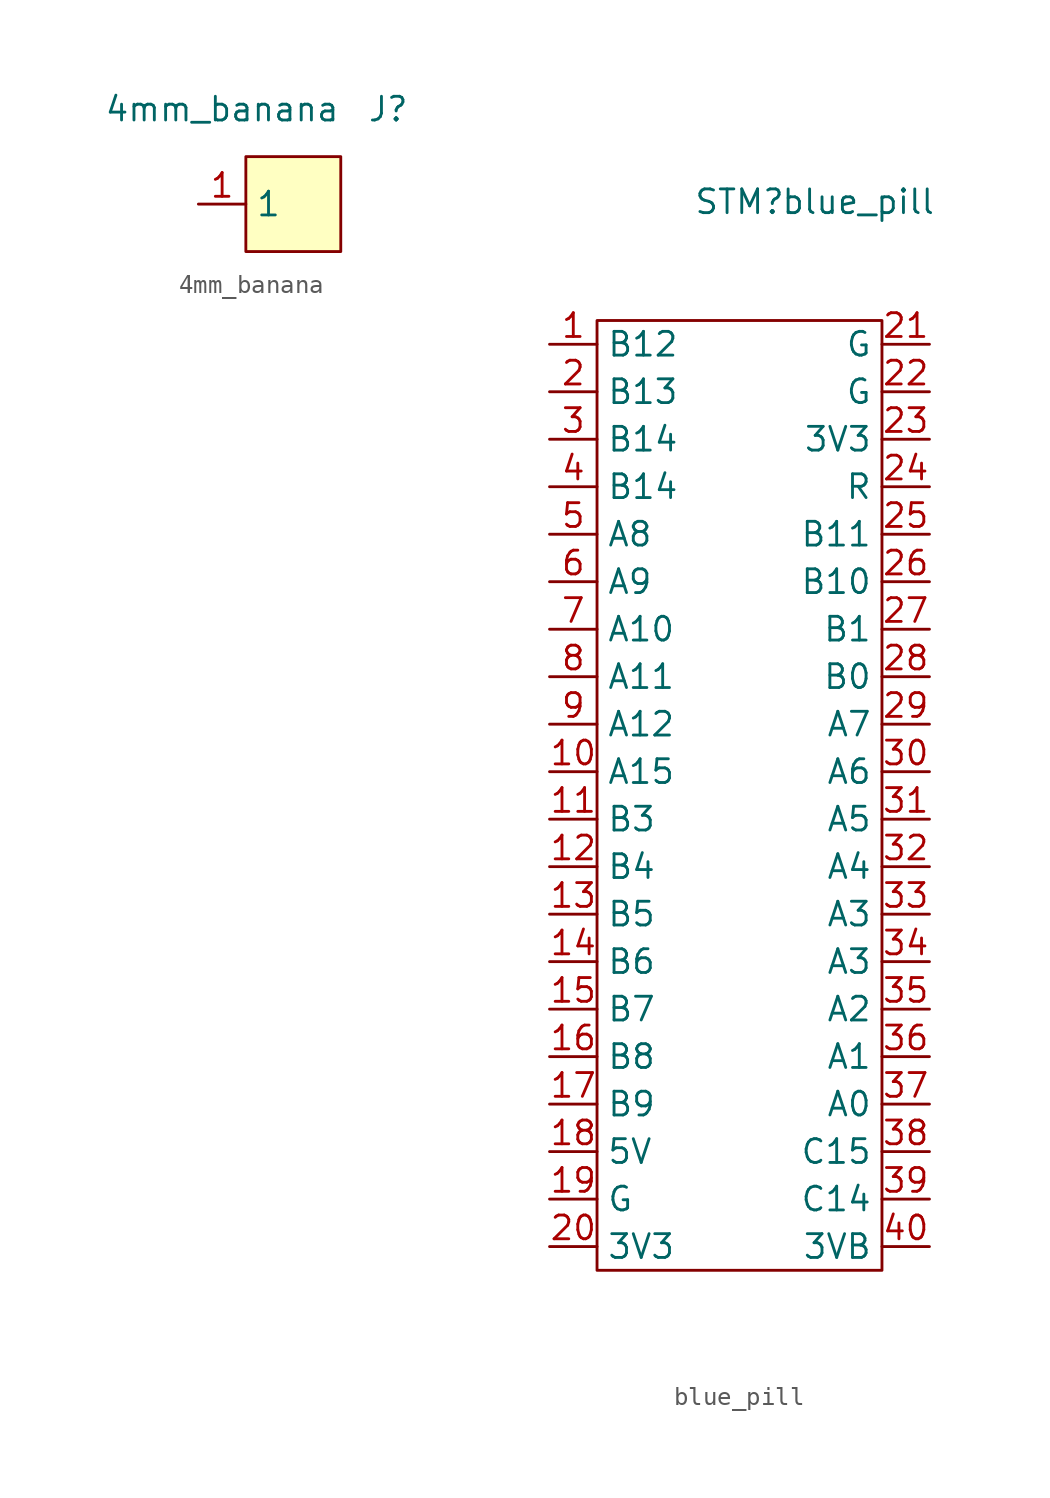
<source format=kicad_sym>
(kicad_symbol_lib
  (version 20211014)
  (generator kicad_symbol_editor)
  (symbol "4mm_banana"
    (property "Reference" "J"
      (at 5.08 5.08 0)
      (effects (font (size 1.27 1.27))))
    (property "Value" "4mm_banana"
      (at -3.81 5.08 0)
      (effects (font (size 1.27 1.27))))
    (symbol "4mm_banana_0_1"
      (rectangle (start -2.54 2.54) (end 2.54 -2.54) (stroke (width 0) (type default) (color 0 0 0 0)) (fill (type background))))
    (symbol "4mm_banana_1_1"
      (pin power_in line (at -5.08 0 0) (length 2.54) (name "1" (effects (font (size 1.27 1.27)))) (number "1" (effects (font (size 1.27 1.27)))))))
  (symbol "blue_pill"
    (property "Reference" "STM"
      (at 0 30.48 0)
      (effects (font (size 1.27 1.27))))
    (property "Value" "blue_pill"
      (at 6.35 30.48 0)
      (effects (font (size 1.27 1.27))))
    (symbol "blue_pill_0_1"
      (rectangle (start -7.62 24.13) (end 7.62 -26.67) (stroke (width 0) (type default) (color 0 0 0 0)) (fill (type none))))
    (symbol "blue_pill_1_1"
      (pin bidirectional line (at -10.16 22.86 0) (length 2.54) (name "B12" (effects (font (size 1.27 1.27)))) (number "1" (effects (font (size 1.27 1.27)))))
      (pin bidirectional line (at -10.16 0 0) (length 2.54) (name "A15" (effects (font (size 1.27 1.27)))) (number "10" (effects (font (size 1.27 1.27)))))
      (pin bidirectional line (at -10.16 -2.54 0) (length 2.54) (name "B3" (effects (font (size 1.27 1.27)))) (number "11" (effects (font (size 1.27 1.27)))))
      (pin bidirectional line (at -10.16 -5.08 0) (length 2.54) (name "B4" (effects (font (size 1.27 1.27)))) (number "12" (effects (font (size 1.27 1.27)))))
      (pin bidirectional line (at -10.16 -7.62 0) (length 2.54) (name "B5" (effects (font (size 1.27 1.27)))) (number "13" (effects (font (size 1.27 1.27)))))
      (pin bidirectional line (at -10.16 -10.16 0) (length 2.54) (name "B6" (effects (font (size 1.27 1.27)))) (number "14" (effects (font (size 1.27 1.27)))))
      (pin bidirectional line (at -10.16 -12.7 0) (length 2.54) (name "B7" (effects (font (size 1.27 1.27)))) (number "15" (effects (font (size 1.27 1.27)))))
      (pin bidirectional line (at -10.16 -15.24 0) (length 2.54) (name "B8" (effects (font (size 1.27 1.27)))) (number "16" (effects (font (size 1.27 1.27)))))
      (pin bidirectional line (at -10.16 -17.78 0) (length 2.54) (name "B9" (effects (font (size 1.27 1.27)))) (number "17" (effects (font (size 1.27 1.27)))))
      (pin bidirectional line (at -10.16 -20.32 0) (length 2.54) (name "5V" (effects (font (size 1.27 1.27)))) (number "18" (effects (font (size 1.27 1.27)))))
      (pin bidirectional line (at -10.16 -22.86 0) (length 2.54) (name "G" (effects (font (size 1.27 1.27)))) (number "19" (effects (font (size 1.27 1.27)))))
      (pin bidirectional line (at -10.16 20.32 0) (length 2.54) (name "B13" (effects (font (size 1.27 1.27)))) (number "2" (effects (font (size 1.27 1.27)))))
      (pin bidirectional line (at -10.16 -25.4 0) (length 2.54) (name "3V3" (effects (font (size 1.27 1.27)))) (number "20" (effects (font (size 1.27 1.27)))))
      (pin bidirectional line (at 10.16 22.86 180) (length 2.54) (name "G" (effects (font (size 1.27 1.27)))) (number "21" (effects (font (size 1.27 1.27)))))
      (pin bidirectional line (at 10.16 20.32 180) (length 2.54) (name "G" (effects (font (size 1.27 1.27)))) (number "22" (effects (font (size 1.27 1.27)))))
      (pin bidirectional line (at 10.16 17.78 180) (length 2.54) (name "3V3" (effects (font (size 1.27 1.27)))) (number "23" (effects (font (size 1.27 1.27)))))
      (pin bidirectional line (at 10.16 15.24 180) (length 2.54) (name "R" (effects (font (size 1.27 1.27)))) (number "24" (effects (font (size 1.27 1.27)))))
      (pin bidirectional line (at 10.16 12.7 180) (length 2.54) (name "B11" (effects (font (size 1.27 1.27)))) (number "25" (effects (font (size 1.27 1.27)))))
      (pin bidirectional line (at 10.16 10.16 180) (length 2.54) (name "B10" (effects (font (size 1.27 1.27)))) (number "26" (effects (font (size 1.27 1.27)))))
      (pin bidirectional line (at 10.16 7.62 180) (length 2.54) (name "B1" (effects (font (size 1.27 1.27)))) (number "27" (effects (font (size 1.27 1.27)))))
      (pin bidirectional line (at 10.16 5.08 180) (length 2.54) (name "B0" (effects (font (size 1.27 1.27)))) (number "28" (effects (font (size 1.27 1.27)))))
      (pin bidirectional line (at 10.16 2.54 180) (length 2.54) (name "A7" (effects (font (size 1.27 1.27)))) (number "29" (effects (font (size 1.27 1.27)))))
      (pin bidirectional line (at -10.16 17.78 0) (length 2.54) (name "B14" (effects (font (size 1.27 1.27)))) (number "3" (effects (font (size 1.27 1.27)))))
      (pin bidirectional line (at 10.16 0 180) (length 2.54) (name "A6" (effects (font (size 1.27 1.27)))) (number "30" (effects (font (size 1.27 1.27)))))
      (pin bidirectional line (at 10.16 -2.54 180) (length 2.54) (name "A5" (effects (font (size 1.27 1.27)))) (number "31" (effects (font (size 1.27 1.27)))))
      (pin bidirectional line (at 10.16 -5.08 180) (length 2.54) (name "A4" (effects (font (size 1.27 1.27)))) (number "32" (effects (font (size 1.27 1.27)))))
      (pin bidirectional line (at 10.16 -7.62 180) (length 2.54) (name "A3" (effects (font (size 1.27 1.27)))) (number "33" (effects (font (size 1.27 1.27)))))
      (pin bidirectional line (at 10.16 -10.16 180) (length 2.54) (name "A3" (effects (font (size 1.27 1.27)))) (number "34" (effects (font (size 1.27 1.27)))))
      (pin bidirectional line (at 10.16 -12.7 180) (length 2.54) (name "A2" (effects (font (size 1.27 1.27)))) (number "35" (effects (font (size 1.27 1.27)))))
      (pin bidirectional line (at 10.16 -15.24 180) (length 2.54) (name "A1" (effects (font (size 1.27 1.27)))) (number "36" (effects (font (size 1.27 1.27)))))
      (pin bidirectional line (at 10.16 -17.78 180) (length 2.54) (name "A0" (effects (font (size 1.27 1.27)))) (number "37" (effects (font (size 1.27 1.27)))))
      (pin bidirectional line (at 10.16 -20.32 180) (length 2.54) (name "C15" (effects (font (size 1.27 1.27)))) (number "38" (effects (font (size 1.27 1.27)))))
      (pin bidirectional line (at 10.16 -22.86 180) (length 2.54) (name "C14" (effects (font (size 1.27 1.27)))) (number "39" (effects (font (size 1.27 1.27)))))
      (pin bidirectional line (at -10.16 15.24 0) (length 2.54) (name "B14" (effects (font (size 1.27 1.27)))) (number "4" (effects (font (size 1.27 1.27)))))
      (pin bidirectional line (at 10.16 -25.4 180) (length 2.54) (name "3VB" (effects (font (size 1.27 1.27)))) (number "40" (effects (font (size 1.27 1.27)))))
      (pin bidirectional line (at -10.16 12.7 0) (length 2.54) (name "A8" (effects (font (size 1.27 1.27)))) (number "5" (effects (font (size 1.27 1.27)))))
      (pin bidirectional line (at -10.16 10.16 0) (length 2.54) (name "A9" (effects (font (size 1.27 1.27)))) (number "6" (effects (font (size 1.27 1.27)))))
      (pin bidirectional line (at -10.16 7.62 0) (length 2.54) (name "A10" (effects (font (size 1.27 1.27)))) (number "7" (effects (font (size 1.27 1.27)))))
      (pin bidirectional line (at -10.16 5.08 0) (length 2.54) (name "A11" (effects (font (size 1.27 1.27)))) (number "8" (effects (font (size 1.27 1.27)))))
      (pin bidirectional line (at -10.16 2.54 0) (length 2.54) (name "A12" (effects (font (size 1.27 1.27)))) (number "9" (effects (font (size 1.27 1.27))))))))
</source>
